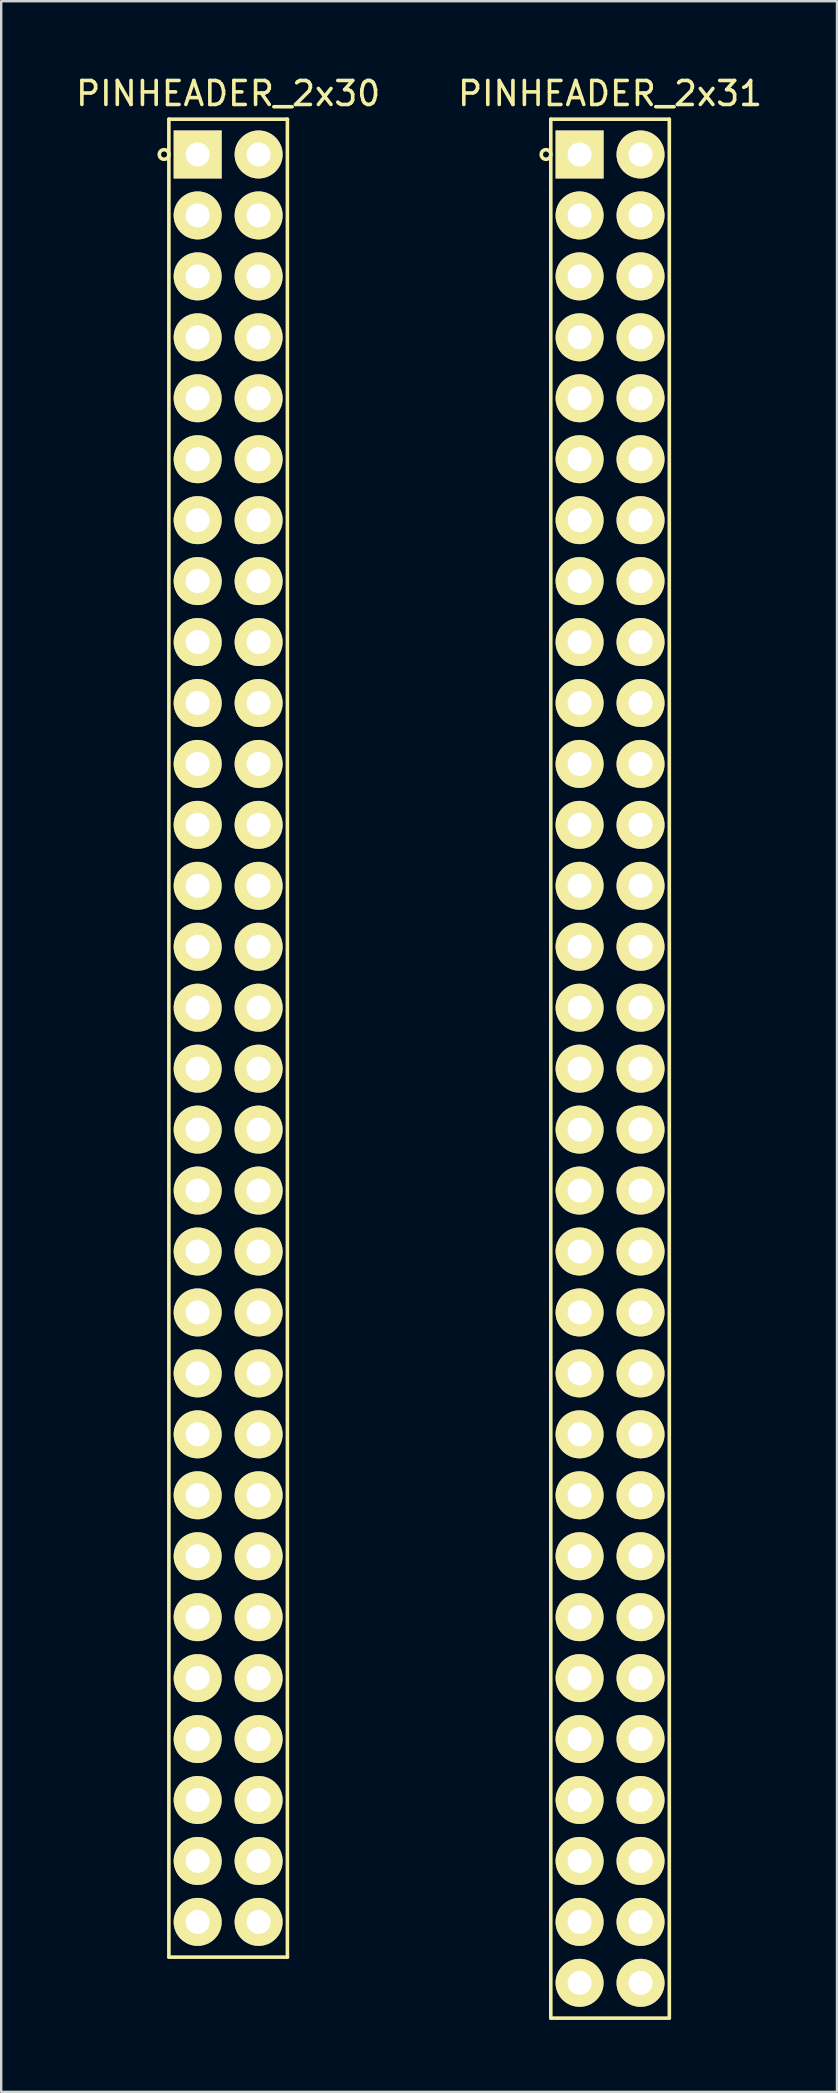
<source format=kicad_pcb>
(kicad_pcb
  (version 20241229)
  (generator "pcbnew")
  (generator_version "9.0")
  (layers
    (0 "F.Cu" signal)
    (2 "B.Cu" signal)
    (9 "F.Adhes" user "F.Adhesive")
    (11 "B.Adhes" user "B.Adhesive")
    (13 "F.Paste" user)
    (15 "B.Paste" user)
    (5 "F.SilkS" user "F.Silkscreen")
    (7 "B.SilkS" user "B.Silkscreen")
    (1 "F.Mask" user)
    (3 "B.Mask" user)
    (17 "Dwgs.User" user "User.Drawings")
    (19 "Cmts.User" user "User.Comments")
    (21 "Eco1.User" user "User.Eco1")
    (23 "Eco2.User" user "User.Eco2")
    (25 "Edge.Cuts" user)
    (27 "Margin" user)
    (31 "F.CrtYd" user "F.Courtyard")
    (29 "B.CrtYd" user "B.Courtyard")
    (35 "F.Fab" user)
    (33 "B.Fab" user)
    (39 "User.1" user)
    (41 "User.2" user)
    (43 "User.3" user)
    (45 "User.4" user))
  (footprint "PINHEADER_2x31"
    (layer "F.Cu")
    (at 21.105 3.388)
    (property "Reference" "PINHEADER_2x31" (at 1.27 -2.54 0) (layer "F.SilkS") (effects (font (size 1 1) (thickness 0.15))))
    (attr through_hole)
    (fp_line (start -1.2 -1.47) (end 3.74 -1.47) (stroke (width 0.15) (type solid)) (layer "F.SilkS"))
    (fp_line (start -1.2 77.67) (end -1.2 -1.47) (stroke (width 0.15) (type solid)) (layer "F.SilkS"))
    (fp_line (start 3.74 -1.47) (end 3.74 77.67) (stroke (width 0.15) (type solid)) (layer "F.SilkS"))
    (fp_line (start 3.74 77.67) (end -1.2 77.67) (stroke (width 0.15) (type solid)) (layer "F.SilkS"))
    (fp_circle (center -1.4 0) (end -1.4 0.2) (stroke (width 0.15) (type solid)) (fill no) (layer "F.SilkS"))
    (pad "1" thru_hole rect (at 0 0) (size 2 2) (drill 1) (layers "*.Cu" "*.Mask" "F.SilkS"))
    (pad "2" thru_hole circle (at 0 2.54) (size 2 2) (drill 1) (layers "*.Cu" "*.Mask" "F.SilkS"))
    (pad "3" thru_hole circle (at 0 5.08) (size 2 2) (drill 1) (layers "*.Cu" "*.Mask" "F.SilkS"))
    (pad "4" thru_hole circle (at 0 7.62) (size 2 2) (drill 1) (layers "*.Cu" "*.Mask" "F.SilkS"))
    (pad "5" thru_hole circle (at 0 10.16) (size 2 2) (drill 1) (layers "*.Cu" "*.Mask" "F.SilkS"))
    (pad "6" thru_hole circle (at 0 12.7) (size 2 2) (drill 1) (layers "*.Cu" "*.Mask" "F.SilkS"))
    (pad "7" thru_hole circle (at 0 15.24) (size 2 2) (drill 1) (layers "*.Cu" "*.Mask" "F.SilkS"))
    (pad "8" thru_hole circle (at 0 17.78) (size 2 2) (drill 1) (layers "*.Cu" "*.Mask" "F.SilkS"))
    (pad "9" thru_hole circle (at 0 20.32) (size 2 2) (drill 1) (layers "*.Cu" "*.Mask" "F.SilkS"))
    (pad "10" thru_hole circle (at 0 22.86) (size 2 2) (drill 1) (layers "*.Cu" "*.Mask" "F.SilkS"))
    (pad "11" thru_hole circle (at 0 25.4) (size 2 2) (drill 1) (layers "*.Cu" "*.Mask" "F.SilkS"))
    (pad "12" thru_hole circle (at 0 27.94) (size 2 2) (drill 1) (layers "*.Cu" "*.Mask" "F.SilkS"))
    (pad "13" thru_hole circle (at 0 30.48) (size 2 2) (drill 1) (layers "*.Cu" "*.Mask" "F.SilkS"))
    (pad "14" thru_hole circle (at 0 33.02) (size 2 2) (drill 1) (layers "*.Cu" "*.Mask" "F.SilkS"))
    (pad "15" thru_hole circle (at 0 35.56) (size 2 2) (drill 1) (layers "*.Cu" "*.Mask" "F.SilkS"))
    (pad "16" thru_hole circle (at 0 38.1) (size 2 2) (drill 1) (layers "*.Cu" "*.Mask" "F.SilkS"))
    (pad "17" thru_hole circle (at 0 40.64) (size 2 2) (drill 1) (layers "*.Cu" "*.Mask" "F.SilkS"))
    (pad "18" thru_hole circle (at 0 43.18) (size 2 2) (drill 1) (layers "*.Cu" "*.Mask" "F.SilkS"))
    (pad "19" thru_hole circle (at 0 45.72) (size 2 2) (drill 1) (layers "*.Cu" "*.Mask" "F.SilkS"))
    (pad "20" thru_hole circle (at 0 48.26) (size 2 2) (drill 1) (layers "*.Cu" "*.Mask" "F.SilkS"))
    (pad "21" thru_hole circle (at 0 50.8) (size 2 2) (drill 1) (layers "*.Cu" "*.Mask" "F.SilkS"))
    (pad "22" thru_hole circle (at 0 53.34) (size 2 2) (drill 1) (layers "*.Cu" "*.Mask" "F.SilkS"))
    (pad "23" thru_hole circle (at 0 55.88) (size 2 2) (drill 1) (layers "*.Cu" "*.Mask" "F.SilkS"))
    (pad "24" thru_hole circle (at 0 58.42) (size 2 2) (drill 1) (layers "*.Cu" "*.Mask" "F.SilkS"))
    (pad "25" thru_hole circle (at 0 60.96) (size 2 2) (drill 1) (layers "*.Cu" "*.Mask" "F.SilkS"))
    (pad "26" thru_hole circle (at 0 63.5) (size 2 2) (drill 1) (layers "*.Cu" "*.Mask" "F.SilkS"))
    (pad "27" thru_hole circle (at 0 66.04) (size 2 2) (drill 1) (layers "*.Cu" "*.Mask" "F.SilkS"))
    (pad "28" thru_hole circle (at 0 68.58) (size 2 2) (drill 1) (layers "*.Cu" "*.Mask" "F.SilkS"))
    (pad "29" thru_hole circle (at 0 71.12) (size 2 2) (drill 1) (layers "*.Cu" "*.Mask" "F.SilkS"))
    (pad "30" thru_hole circle (at 0 73.66) (size 2 2) (drill 1) (layers "*.Cu" "*.Mask" "F.SilkS"))
    (pad "31" thru_hole circle (at 0 76.2) (size 2 2) (drill 1) (layers "*.Cu" "*.Mask" "F.SilkS"))
    (pad "32" thru_hole circle (at 2.54 76.2) (size 2 2) (drill 1) (layers "*.Cu" "*.Mask" "F.SilkS"))
    (pad "33" thru_hole circle (at 2.54 73.66) (size 2 2) (drill 1) (layers "*.Cu" "*.Mask" "F.SilkS"))
    (pad "34" thru_hole circle (at 2.54 71.12) (size 2 2) (drill 1) (layers "*.Cu" "*.Mask" "F.SilkS"))
    (pad "35" thru_hole circle (at 2.54 68.58) (size 2 2) (drill 1) (layers "*.Cu" "*.Mask" "F.SilkS"))
    (pad "36" thru_hole circle (at 2.54 66.04) (size 2 2) (drill 1) (layers "*.Cu" "*.Mask" "F.SilkS"))
    (pad "37" thru_hole circle (at 2.54 63.5) (size 2 2) (drill 1) (layers "*.Cu" "*.Mask" "F.SilkS"))
    (pad "38" thru_hole circle (at 2.54 60.96) (size 2 2) (drill 1) (layers "*.Cu" "*.Mask" "F.SilkS"))
    (pad "39" thru_hole circle (at 2.54 58.42) (size 2 2) (drill 1) (layers "*.Cu" "*.Mask" "F.SilkS"))
    (pad "40" thru_hole circle (at 2.54 55.88) (size 2 2) (drill 1) (layers "*.Cu" "*.Mask" "F.SilkS"))
    (pad "41" thru_hole circle (at 2.54 53.34) (size 2 2) (drill 1) (layers "*.Cu" "*.Mask" "F.SilkS"))
    (pad "42" thru_hole circle (at 2.54 50.8) (size 2 2) (drill 1) (layers "*.Cu" "*.Mask" "F.SilkS"))
    (pad "43" thru_hole circle (at 2.54 48.26) (size 2 2) (drill 1) (layers "*.Cu" "*.Mask" "F.SilkS"))
    (pad "44" thru_hole circle (at 2.54 45.72) (size 2 2) (drill 1) (layers "*.Cu" "*.Mask" "F.SilkS"))
    (pad "45" thru_hole circle (at 2.54 43.18) (size 2 2) (drill 1) (layers "*.Cu" "*.Mask" "F.SilkS"))
    (pad "46" thru_hole circle (at 2.54 40.64) (size 2 2) (drill 1) (layers "*.Cu" "*.Mask" "F.SilkS"))
    (pad "47" thru_hole circle (at 2.54 38.1) (size 2 2) (drill 1) (layers "*.Cu" "*.Mask" "F.SilkS"))
    (pad "48" thru_hole circle (at 2.54 35.56) (size 2 2) (drill 1) (layers "*.Cu" "*.Mask" "F.SilkS"))
    (pad "49" thru_hole circle (at 2.54 33.02) (size 2 2) (drill 1) (layers "*.Cu" "*.Mask" "F.SilkS"))
    (pad "50" thru_hole circle (at 2.54 30.48) (size 2 2) (drill 1) (layers "*.Cu" "*.Mask" "F.SilkS"))
    (pad "51" thru_hole circle (at 2.54 27.94) (size 2 2) (drill 1) (layers "*.Cu" "*.Mask" "F.SilkS"))
    (pad "52" thru_hole circle (at 2.54 25.4) (size 2 2) (drill 1) (layers "*.Cu" "*.Mask" "F.SilkS"))
    (pad "53" thru_hole circle (at 2.54 22.86) (size 2 2) (drill 1) (layers "*.Cu" "*.Mask" "F.SilkS"))
    (pad "54" thru_hole circle (at 2.54 20.32) (size 2 2) (drill 1) (layers "*.Cu" "*.Mask" "F.SilkS"))
    (pad "55" thru_hole circle (at 2.54 17.78) (size 2 2) (drill 1) (layers "*.Cu" "*.Mask" "F.SilkS"))
    (pad "56" thru_hole circle (at 2.54 15.24) (size 2 2) (drill 1) (layers "*.Cu" "*.Mask" "F.SilkS"))
    (pad "57" thru_hole circle (at 2.54 12.7) (size 2 2) (drill 1) (layers "*.Cu" "*.Mask" "F.SilkS"))
    (pad "58" thru_hole circle (at 2.54 10.16) (size 2 2) (drill 1) (layers "*.Cu" "*.Mask" "F.SilkS"))
    (pad "59" thru_hole circle (at 2.54 7.62) (size 2 2) (drill 1) (layers "*.Cu" "*.Mask" "F.SilkS"))
    (pad "60" thru_hole circle (at 2.54 5.08) (size 2 2) (drill 1) (layers "*.Cu" "*.Mask" "F.SilkS"))
    (pad "61" thru_hole circle (at 2.54 2.54) (size 2 2) (drill 1) (layers "*.Cu" "*.Mask" "F.SilkS"))
    (pad "62" thru_hole circle (at 2.54 0) (size 2 2) (drill 1) (layers "*.Cu" "*.Mask" "F.SilkS")))
  (footprint "PINHEADER_2x30"
    (layer "F.Cu")
    (at 5.188 3.388)
    (property "Reference" "PINHEADER_2x30" (at 1.27 -2.54 0) (layer "F.SilkS") (effects (font (size 1 1) (thickness 0.15))))
    (attr through_hole)
    (fp_line (start -1.2 -1.47) (end 3.74 -1.47) (stroke (width 0.15) (type solid)) (layer "F.SilkS"))
    (fp_line (start -1.2 75.13) (end -1.2 -1.47) (stroke (width 0.15) (type solid)) (layer "F.SilkS"))
    (fp_line (start 3.74 -1.47) (end 3.74 75.13) (stroke (width 0.15) (type solid)) (layer "F.SilkS"))
    (fp_line (start 3.74 75.13) (end -1.2 75.13) (stroke (width 0.15) (type solid)) (layer "F.SilkS"))
    (fp_circle (center -1.4 0) (end -1.4 0.2) (stroke (width 0.15) (type solid)) (fill no) (layer "F.SilkS"))
    (pad "1" thru_hole rect (at 0 0) (size 2 2) (drill 1) (layers "*.Cu" "*.Mask" "F.SilkS"))
    (pad "2" thru_hole circle (at 0 2.54) (size 2 2) (drill 1) (layers "*.Cu" "*.Mask" "F.SilkS"))
    (pad "3" thru_hole circle (at 0 5.08) (size 2 2) (drill 1) (layers "*.Cu" "*.Mask" "F.SilkS"))
    (pad "4" thru_hole circle (at 0 7.62) (size 2 2) (drill 1) (layers "*.Cu" "*.Mask" "F.SilkS"))
    (pad "5" thru_hole circle (at 0 10.16) (size 2 2) (drill 1) (layers "*.Cu" "*.Mask" "F.SilkS"))
    (pad "6" thru_hole circle (at 0 12.7) (size 2 2) (drill 1) (layers "*.Cu" "*.Mask" "F.SilkS"))
    (pad "7" thru_hole circle (at 0 15.24) (size 2 2) (drill 1) (layers "*.Cu" "*.Mask" "F.SilkS"))
    (pad "8" thru_hole circle (at 0 17.78) (size 2 2) (drill 1) (layers "*.Cu" "*.Mask" "F.SilkS"))
    (pad "9" thru_hole circle (at 0 20.32) (size 2 2) (drill 1) (layers "*.Cu" "*.Mask" "F.SilkS"))
    (pad "10" thru_hole circle (at 0 22.86) (size 2 2) (drill 1) (layers "*.Cu" "*.Mask" "F.SilkS"))
    (pad "11" thru_hole circle (at 0 25.4) (size 2 2) (drill 1) (layers "*.Cu" "*.Mask" "F.SilkS"))
    (pad "12" thru_hole circle (at 0 27.94) (size 2 2) (drill 1) (layers "*.Cu" "*.Mask" "F.SilkS"))
    (pad "13" thru_hole circle (at 0 30.48) (size 2 2) (drill 1) (layers "*.Cu" "*.Mask" "F.SilkS"))
    (pad "14" thru_hole circle (at 0 33.02) (size 2 2) (drill 1) (layers "*.Cu" "*.Mask" "F.SilkS"))
    (pad "15" thru_hole circle (at 0 35.56) (size 2 2) (drill 1) (layers "*.Cu" "*.Mask" "F.SilkS"))
    (pad "16" thru_hole circle (at 0 38.1) (size 2 2) (drill 1) (layers "*.Cu" "*.Mask" "F.SilkS"))
    (pad "17" thru_hole circle (at 0 40.64) (size 2 2) (drill 1) (layers "*.Cu" "*.Mask" "F.SilkS"))
    (pad "18" thru_hole circle (at 0 43.18) (size 2 2) (drill 1) (layers "*.Cu" "*.Mask" "F.SilkS"))
    (pad "19" thru_hole circle (at 0 45.72) (size 2 2) (drill 1) (layers "*.Cu" "*.Mask" "F.SilkS"))
    (pad "20" thru_hole circle (at 0 48.26) (size 2 2) (drill 1) (layers "*.Cu" "*.Mask" "F.SilkS"))
    (pad "21" thru_hole circle (at 0 50.8) (size 2 2) (drill 1) (layers "*.Cu" "*.Mask" "F.SilkS"))
    (pad "22" thru_hole circle (at 0 53.34) (size 2 2) (drill 1) (layers "*.Cu" "*.Mask" "F.SilkS"))
    (pad "23" thru_hole circle (at 0 55.88) (size 2 2) (drill 1) (layers "*.Cu" "*.Mask" "F.SilkS"))
    (pad "24" thru_hole circle (at 0 58.42) (size 2 2) (drill 1) (layers "*.Cu" "*.Mask" "F.SilkS"))
    (pad "25" thru_hole circle (at 0 60.96) (size 2 2) (drill 1) (layers "*.Cu" "*.Mask" "F.SilkS"))
    (pad "26" thru_hole circle (at 0 63.5) (size 2 2) (drill 1) (layers "*.Cu" "*.Mask" "F.SilkS"))
    (pad "27" thru_hole circle (at 0 66.04) (size 2 2) (drill 1) (layers "*.Cu" "*.Mask" "F.SilkS"))
    (pad "28" thru_hole circle (at 0 68.58) (size 2 2) (drill 1) (layers "*.Cu" "*.Mask" "F.SilkS"))
    (pad "29" thru_hole circle (at 0 71.12) (size 2 2) (drill 1) (layers "*.Cu" "*.Mask" "F.SilkS"))
    (pad "30" thru_hole circle (at 0 73.66) (size 2 2) (drill 1) (layers "*.Cu" "*.Mask" "F.SilkS"))
    (pad "31" thru_hole circle (at 2.54 73.66) (size 2 2) (drill 1) (layers "*.Cu" "*.Mask" "F.SilkS"))
    (pad "32" thru_hole circle (at 2.54 71.12) (size 2 2) (drill 1) (layers "*.Cu" "*.Mask" "F.SilkS"))
    (pad "33" thru_hole circle (at 2.54 68.58) (size 2 2) (drill 1) (layers "*.Cu" "*.Mask" "F.SilkS"))
    (pad "34" thru_hole circle (at 2.54 66.04) (size 2 2) (drill 1) (layers "*.Cu" "*.Mask" "F.SilkS"))
    (pad "35" thru_hole circle (at 2.54 63.5) (size 2 2) (drill 1) (layers "*.Cu" "*.Mask" "F.SilkS"))
    (pad "36" thru_hole circle (at 2.54 60.96) (size 2 2) (drill 1) (layers "*.Cu" "*.Mask" "F.SilkS"))
    (pad "37" thru_hole circle (at 2.54 58.42) (size 2 2) (drill 1) (layers "*.Cu" "*.Mask" "F.SilkS"))
    (pad "38" thru_hole circle (at 2.54 55.88) (size 2 2) (drill 1) (layers "*.Cu" "*.Mask" "F.SilkS"))
    (pad "39" thru_hole circle (at 2.54 53.34) (size 2 2) (drill 1) (layers "*.Cu" "*.Mask" "F.SilkS"))
    (pad "40" thru_hole circle (at 2.54 50.8) (size 2 2) (drill 1) (layers "*.Cu" "*.Mask" "F.SilkS"))
    (pad "41" thru_hole circle (at 2.54 48.26) (size 2 2) (drill 1) (layers "*.Cu" "*.Mask" "F.SilkS"))
    (pad "42" thru_hole circle (at 2.54 45.72) (size 2 2) (drill 1) (layers "*.Cu" "*.Mask" "F.SilkS"))
    (pad "43" thru_hole circle (at 2.54 43.18) (size 2 2) (drill 1) (layers "*.Cu" "*.Mask" "F.SilkS"))
    (pad "44" thru_hole circle (at 2.54 40.64) (size 2 2) (drill 1) (layers "*.Cu" "*.Mask" "F.SilkS"))
    (pad "45" thru_hole circle (at 2.54 38.1) (size 2 2) (drill 1) (layers "*.Cu" "*.Mask" "F.SilkS"))
    (pad "46" thru_hole circle (at 2.54 35.56) (size 2 2) (drill 1) (layers "*.Cu" "*.Mask" "F.SilkS"))
    (pad "47" thru_hole circle (at 2.54 33.02) (size 2 2) (drill 1) (layers "*.Cu" "*.Mask" "F.SilkS"))
    (pad "48" thru_hole circle (at 2.54 30.48) (size 2 2) (drill 1) (layers "*.Cu" "*.Mask" "F.SilkS"))
    (pad "49" thru_hole circle (at 2.54 27.94) (size 2 2) (drill 1) (layers "*.Cu" "*.Mask" "F.SilkS"))
    (pad "50" thru_hole circle (at 2.54 25.4) (size 2 2) (drill 1) (layers "*.Cu" "*.Mask" "F.SilkS"))
    (pad "51" thru_hole circle (at 2.54 22.86) (size 2 2) (drill 1) (layers "*.Cu" "*.Mask" "F.SilkS"))
    (pad "52" thru_hole circle (at 2.54 20.32) (size 2 2) (drill 1) (layers "*.Cu" "*.Mask" "F.SilkS"))
    (pad "53" thru_hole circle (at 2.54 17.78) (size 2 2) (drill 1) (layers "*.Cu" "*.Mask" "F.SilkS"))
    (pad "54" thru_hole circle (at 2.54 15.24) (size 2 2) (drill 1) (layers "*.Cu" "*.Mask" "F.SilkS"))
    (pad "55" thru_hole circle (at 2.54 12.7) (size 2 2) (drill 1) (layers "*.Cu" "*.Mask" "F.SilkS"))
    (pad "56" thru_hole circle (at 2.54 10.16) (size 2 2) (drill 1) (layers "*.Cu" "*.Mask" "F.SilkS"))
    (pad "57" thru_hole circle (at 2.54 7.62) (size 2 2) (drill 1) (layers "*.Cu" "*.Mask" "F.SilkS"))
    (pad "58" thru_hole circle (at 2.54 5.08) (size 2 2) (drill 1) (layers "*.Cu" "*.Mask" "F.SilkS"))
    (pad "59" thru_hole circle (at 2.54 2.54) (size 2 2) (drill 1) (layers "*.Cu" "*.Mask" "F.SilkS"))
    (pad "60" thru_hole circle (at 2.54 0) (size 2 2) (drill 1) (layers "*.Cu" "*.Mask" "F.SilkS")))
  (gr_rect
    (start -3 -3)
    (end 31.833 84.133)
    (stroke (width 0.1) (type default))
    (fill no)
    (layer "Edge.Cuts")))
</source>
